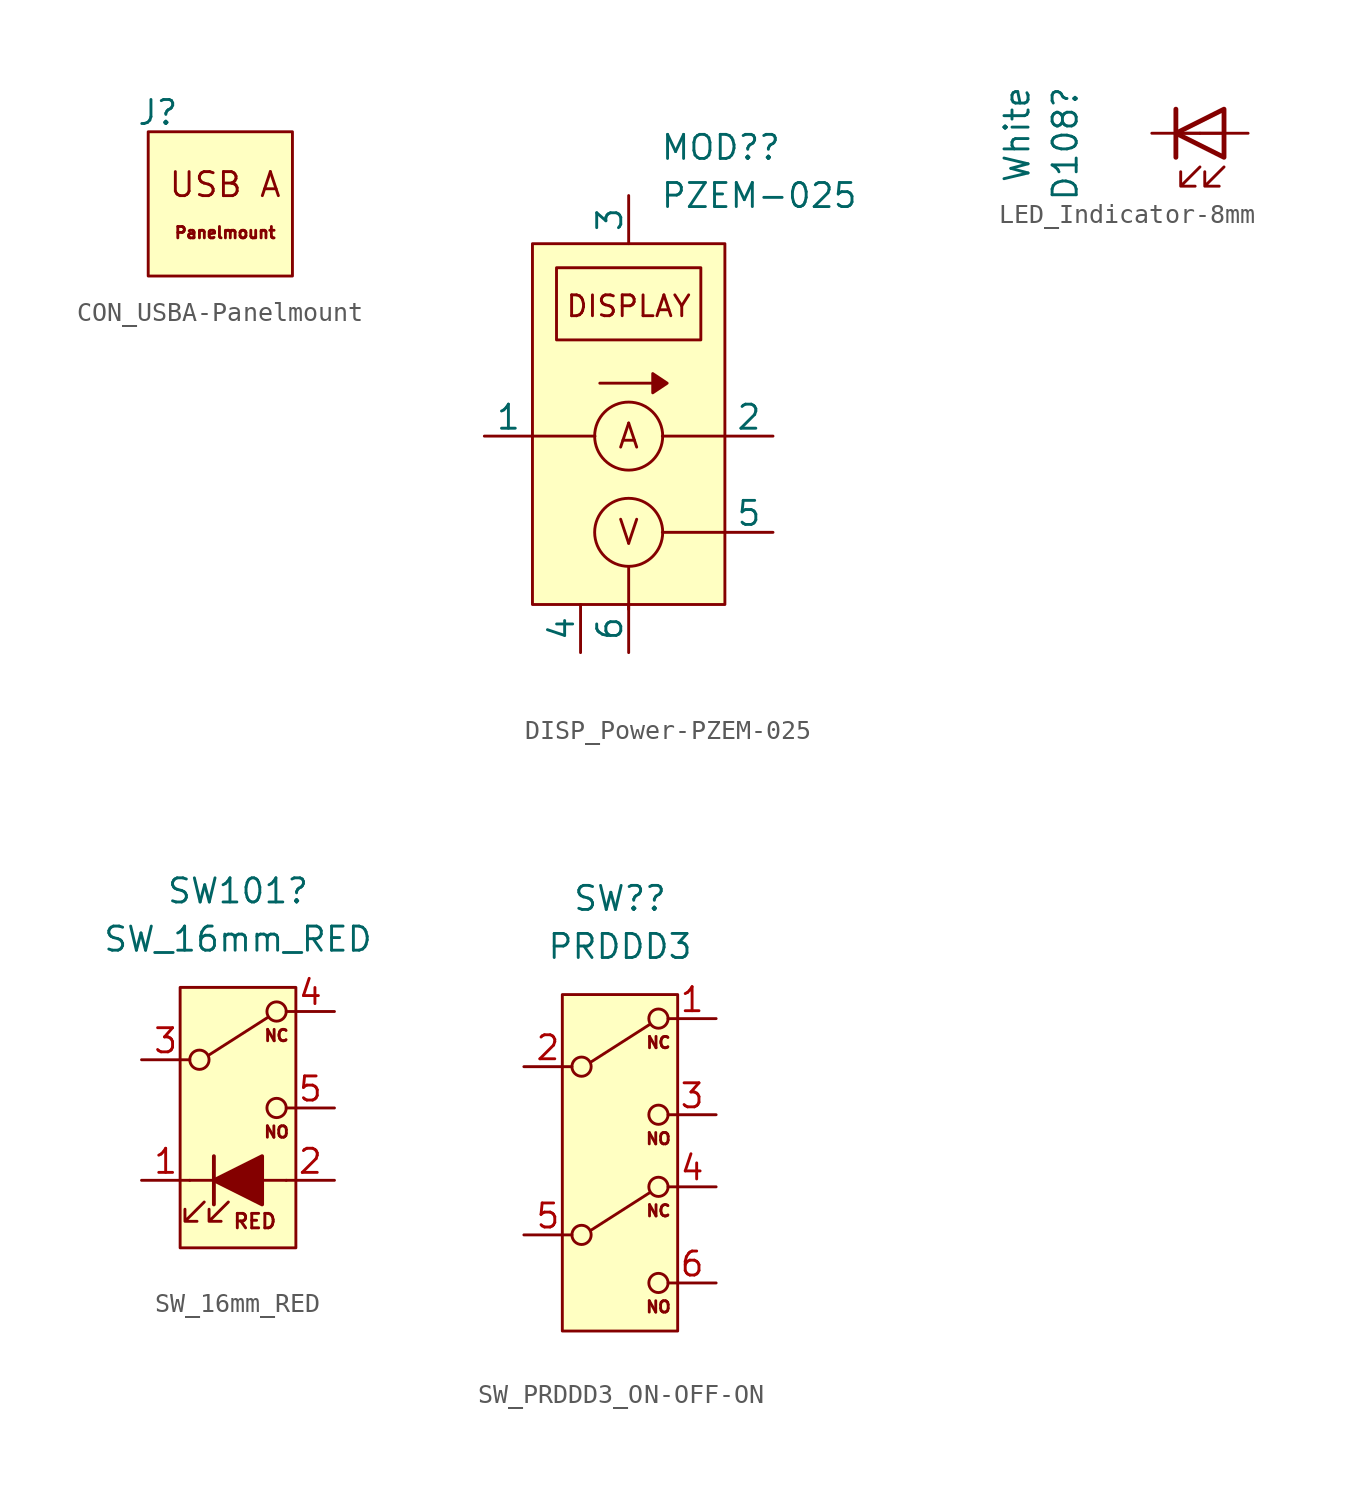
<source format=kicad_sym>
(kicad_symbol_lib
  (version 20231120)
  (generator "kicad_symbol_editor")
  (generator_version "8.0")
  (symbol "CON_USBA-Panelmount"
    (property "Reference" "J"
      (at -3.302 4.826 0)
      (effects (font (size 1.27 1.27))))
    (property "Value" ""
      (at -0.508 1.27 0)
      (effects (font (size 1.27 1.27))))
    (symbol "CON_USBA-Panelmount_0_1"
      (rectangle (start -3.81 3.81) (end 3.81 -3.81) (stroke (width 0) (type default)) (fill (type background))))
    (symbol "CON_USBA-Panelmount_1_1"
      (text "Panelmount" (at 0.254 -1.524 0) (effects (font (size 0.6 0.6))))
      (text "USB A" (at 0.254 1.016 0) (effects (font (size 1.27 1.27))))))
  (symbol "DISP_Power-PZEM-025"
    (pin_numbers hide)
    (pin_names
      (offset 0))
    (property "Reference" "MOD?"
      (at 1.651 12.7 0)
      (effects (font (size 1.27 1.27)) (justify left)))
    (property "Value" "PZEM-025"
      (at 1.651 10.16 0)
      (effects (font (size 1.27 1.27)) (justify left)))
    (symbol "DISP_Power-PZEM-025_0_1"
      (rectangle (start -5.08 7.62) (end 5.08 -11.43) (stroke (width 0) (type default)) (fill (type background)))
      (circle (center 0 -7.62) (radius 1.796) (stroke (width 0) (type default)) (fill (type none)))
      (circle (center 0 -2.54) (radius 1.796) (stroke (width 0) (type default)) (fill (type none)))
      (polyline (pts (xy -5.08 -2.54) (xy -1.778 -2.54)) (stroke (width 0) (type default)) (fill (type none)))
      (polyline (pts (xy 1.778 -2.54) (xy 5.08 -2.54)) (stroke (width 0) (type default)) (fill (type none))))
    (symbol "DISP_Power-PZEM-025_1_1"
      (rectangle (start -3.81 6.35) (end 3.81 2.54) (stroke (width 0) (type default)) (fill (type none)))
      (polyline (pts (xy -1.524 0.254) (xy 1.27 0.254)) (stroke (width 0) (type default)) (fill (type none)))
      (polyline (pts (xy 0 -11.43) (xy 0 -11.684)) (stroke (width 0) (type default)) (fill (type none)))
      (polyline (pts (xy 0 -11.43) (xy 0 -9.426)) (stroke (width 0) (type default)) (fill (type none)))
      (polyline (pts (xy 5.08 -7.62) (xy 3.556 -7.62) (xy 1.778 -7.62)) (stroke (width 0) (type default)) (fill (type none)))
      (polyline (pts (xy 1.27 0.762) (xy 1.27 -0.254) (xy 2.032 0.254) (xy 1.27 0.762)) (stroke (width 0) (type default)) (fill (type outline)))
      (text "A" (at 0 -2.54 0) (effects (font (size 1.27 1.27))))
      (text "DISPLAY" (at 0 4.318 0) (effects (font (size 1.1 1.1))))
      (text "V" (at 0 -7.62 0) (effects (font (size 1.27 1.27))))
      (pin passive line (at -7.62 -2.54 0) (length 2.54) (name "1" (effects (font (size 1.27 1.27)))) (number "1" (effects (font (size 1.27 1.27)))))
      (pin passive line (at 7.62 -2.54 180) (length 2.54) (name "2" (effects (font (size 1.27 1.27)))) (number "2" (effects (font (size 1.27 1.27)))))
      (pin passive line (at 0 10.16 270) (length 2.54) (name "3" (effects (font (size 1.27 1.27)))) (number "3" (effects (font (size 1.27 1.27)))))
      (pin passive line (at -2.54 -13.97 90) (length 2.54) (name "4" (effects (font (size 1.27 1.27)))) (number "4" (effects (font (size 1.27 1.27)))))
      (pin passive line (at 7.62 -7.62 180) (length 2.54) (name "5" (effects (font (size 1.27 1.27)))) (number "5" (effects (font (size 1.27 1.27)))))
      (pin passive line (at 0 -13.97 90) (length 2.54) (name "6" (effects (font (size 1.27 1.27)))) (number "6" (effects (font (size 1.27 1.27)))))))
  (symbol "LED_Indicator-8mm"
    (pin_numbers hide)
    (pin_names
      (offset 1.016) hide)
    (property "Reference" "D108"
      (at -7.112 2.54 90)
      (effects (font (size 1.27 1.27)) (justify right)))
    (property "Value" "White"
      (at -9.652 2.54 90)
      (effects (font (size 1.27 1.27)) (justify right)))
    (symbol "LED_Indicator-8mm_0_1"
      (polyline (pts (xy -1.27 -1.27) (xy -1.27 1.27)) (stroke (width 0.254) (type default)) (fill (type none)))
      (polyline (pts (xy -1.27 0) (xy 1.27 0)) (stroke (width 0) (type default)) (fill (type none)))
      (polyline (pts (xy 1.27 -1.27) (xy 1.27 1.27) (xy -1.27 0) (xy 1.27 -1.27)) (stroke (width 0.254) (type default)) (fill (type none)))
      (polyline (pts (xy 0 -1.778) (xy -1.016 -2.794) (xy -0.254 -2.794) (xy -1.016 -2.794) (xy -1.016 -2.032)) (stroke (width 0) (type default)) (fill (type none)))
      (polyline (pts (xy 1.27 -1.778) (xy 0.254 -2.794) (xy 1.016 -2.794) (xy 0.254 -2.794) (xy 0.254 -2.032)) (stroke (width 0) (type default)) (fill (type none))))
    (symbol "LED_Indicator-8mm_1_1"
      (pin passive line (at -2.54 0 0) (length 2.54) (name "K" (effects (font (size 1.27 1.27)))) (number "1" (effects (font (size 1.27 1.27)))))
      (pin passive line (at 2.54 0 180) (length 2.54) (name "A" (effects (font (size 1.27 1.27)))) (number "2" (effects (font (size 1.27 1.27)))))))
  (symbol "SW_16mm_RED"
    (pin_names
      (offset 1.016) hide)
    (property "Reference" "SW101"
      (at 0 13.97 0)
      (effects (font (size 1.27 1.27))))
    (property "Value" "SW_16mm_RED"
      (at 0 11.43 0)
      (effects (font (size 1.27 1.27))))
    (symbol "SW_16mm_RED_0_0"
      (circle (center -2.032 5.08) (radius 0.508) (stroke (width 0) (type default)) (fill (type none)))
      (polyline (pts (xy -2.54 -1.27) (xy 2.54 -1.27)) (stroke (width 0) (type default)) (fill (type none)))
      (circle (center 2.032 2.54) (radius 0.508) (stroke (width 0) (type default)) (fill (type none)))
      (text "RED" (at 0.889 -3.429 0) (effects (font (size 0.762 0.762)))))
    (symbol "SW_16mm_RED_0_1"
      (polyline (pts (xy -1.524 5.334) (xy 1.575 7.315)) (stroke (width 0) (type default)) (fill (type none)))
      (polyline (pts (xy -1.27 -2.54) (xy -1.27 0)) (stroke (width 0.203) (type default)) (fill (type none)))
      (polyline (pts (xy -1.778 -2.413) (xy -2.794 -3.429) (xy -2.159 -3.429) (xy -2.794 -3.429) (xy -2.794 -2.794)) (stroke (width 0) (type default)) (fill (type none)))
      (polyline (pts (xy -0.508 -2.413) (xy -1.524 -3.429) (xy -0.889 -3.429) (xy -1.524 -3.429) (xy -1.524 -2.794)) (stroke (width 0) (type default)) (fill (type none)))
      (circle (center 2.032 7.62) (radius 0.508) (stroke (width 0) (type default)) (fill (type none))))
    (symbol "SW_16mm_RED_1_1"
      (rectangle (start -3.048 8.89) (end 3.048 -4.826) (stroke (width 0) (type default)) (fill (type background)))
      (polyline (pts (xy 1.27 -2.54) (xy 1.27 0) (xy -1.27 -1.27) (xy 1.27 -2.54)) (stroke (width 0.203) (type default)) (fill (type outline)))
      (text "NC" (at 2.032 6.35 0) (effects (font (size 0.6 0.6))))
      (text "NO" (at 2.032 1.27 0) (effects (font (size 0.6 0.6))))
      (pin passive line (at -5.08 -1.27 0) (length 2.54) (name "+" (effects (font (size 1.27 1.27)))) (number "1" (effects (font (size 1.27 1.27)))))
      (pin passive line (at 5.08 -1.27 180) (length 2.54) (name "-" (effects (font (size 1.27 1.27)))) (number "2" (effects (font (size 1.27 1.27)))))
      (pin passive line (at -5.08 5.08 0) (length 2.54) (name "C" (effects (font (size 1.27 1.27)))) (number "3" (effects (font (size 1.27 1.27)))))
      (pin passive line (at 5.08 7.62 180) (length 2.54) (name "NC" (effects (font (size 1.27 1.27)))) (number "4" (effects (font (size 1.27 1.27)))))
      (pin passive line (at 5.08 2.54 180) (length 2.54) (name "NO" (effects (font (size 1.27 1.27)))) (number "5" (effects (font (size 1.27 1.27)))))))
  (symbol "SW_PRDDD3_ON-OFF-ON"
    (pin_names
      (offset 1.016) hide)
    (property "Reference" "SW?"
      (at 0 13.97 0)
      (effects (font (size 1.27 1.27))))
    (property "Value" "PRDDD3"
      (at 0 11.43 0)
      (effects (font (size 1.27 1.27))))
    (symbol "SW_PRDDD3_ON-OFF-ON_0_0"
      (circle (center -2.032 -3.81) (radius 0.508) (stroke (width 0) (type default)) (fill (type none)))
      (circle (center -2.032 5.08) (radius 0.508) (stroke (width 0) (type default)) (fill (type none)))
      (circle (center 2.032 -6.35) (radius 0.508) (stroke (width 0) (type default)) (fill (type none)))
      (circle (center 2.032 2.54) (radius 0.508) (stroke (width 0) (type default)) (fill (type none))))
    (symbol "SW_PRDDD3_ON-OFF-ON_0_1"
      (polyline (pts (xy -1.524 -3.556) (xy 1.575 -1.575)) (stroke (width 0) (type default)) (fill (type none)))
      (polyline (pts (xy -1.524 5.334) (xy 1.575 7.315)) (stroke (width 0) (type default)) (fill (type none)))
      (circle (center 2.032 -1.27) (radius 0.508) (stroke (width 0) (type default)) (fill (type none)))
      (circle (center 2.032 7.62) (radius 0.508) (stroke (width 0) (type default)) (fill (type none))))
    (symbol "SW_PRDDD3_ON-OFF-ON_1_1"
      (rectangle (start -3.048 8.89) (end 3.048 -8.89) (stroke (width 0) (type default)) (fill (type background)))
      (text "NC" (at 2.032 -2.54 0) (effects (font (size 0.6 0.6))))
      (text "NC" (at 2.032 6.35 0) (effects (font (size 0.6 0.6))))
      (text "NO" (at 2.032 -7.62 0) (effects (font (size 0.6 0.6))))
      (text "NO" (at 2.032 1.27 0) (effects (font (size 0.6 0.6))))
      (pin passive line (at 5.08 7.62 180) (length 2.54) (name "NC" (effects (font (size 1.27 1.27)))) (number "1" (effects (font (size 1.27 1.27)))))
      (pin passive line (at -5.08 5.08 0) (length 2.54) (name "C" (effects (font (size 1.27 1.27)))) (number "2" (effects (font (size 1.27 1.27)))))
      (pin passive line (at 5.08 2.54 180) (length 2.54) (name "NO" (effects (font (size 1.27 1.27)))) (number "3" (effects (font (size 1.27 1.27)))))
      (pin passive line (at 5.08 -1.27 180) (length 2.54) (name "NC" (effects (font (size 1.27 1.27)))) (number "4" (effects (font (size 1.27 1.27)))))
      (pin passive line (at -5.08 -3.81 0) (length 2.54) (name "C" (effects (font (size 1.27 1.27)))) (number "5" (effects (font (size 1.27 1.27)))))
      (pin passive line (at 5.08 -6.35 180) (length 2.54) (name "NO" (effects (font (size 1.27 1.27)))) (number "6" (effects (font (size 1.27 1.27))))))))
</source>
